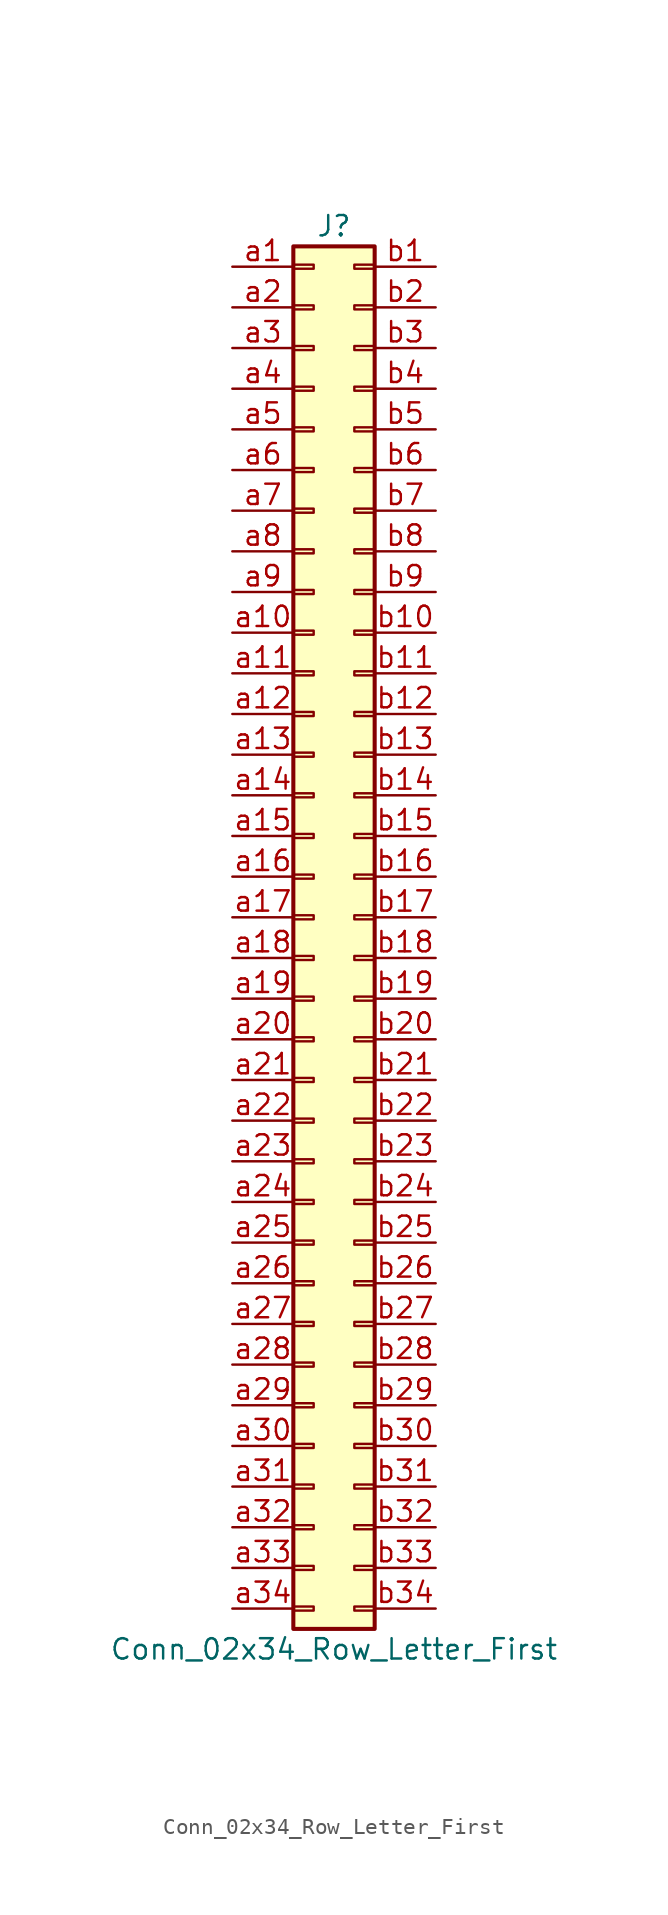
<source format=kicad_sym>
(kicad_symbol_lib
  (version 20201005)
  (generator kicad_symbol_editor)
  (symbol "Conn_02x34_Row_Letter_First"
    (pin_names
      (offset 1.016) hide)
    (property "Reference" "J"
      (at 1.27 43.18 0)
      (effects (font (size 1.27 1.27))))
    (property "Value" "Conn_02x34_Row_Letter_First"
      (at 1.27 -45.72 0)
      (effects (font (size 1.27 1.27))))
    (symbol "Conn_02x34_Row_Letter_First_1_1"
      (rectangle (start -1.27 -43.053) (end 0 -43.307) (stroke (width 0.152)) (fill (type none)))
      (rectangle (start -1.27 -40.513) (end 0 -40.767) (stroke (width 0.152)) (fill (type none)))
      (rectangle (start -1.27 -37.973) (end 0 -38.227) (stroke (width 0.152)) (fill (type none)))
      (rectangle (start -1.27 -35.433) (end 0 -35.687) (stroke (width 0.152)) (fill (type none)))
      (rectangle (start -1.27 -32.893) (end 0 -33.147) (stroke (width 0.152)) (fill (type none)))
      (rectangle (start -1.27 -30.353) (end 0 -30.607) (stroke (width 0.152)) (fill (type none)))
      (rectangle (start -1.27 -27.813) (end 0 -28.067) (stroke (width 0.152)) (fill (type none)))
      (rectangle (start -1.27 -25.273) (end 0 -25.527) (stroke (width 0.152)) (fill (type none)))
      (rectangle (start -1.27 -22.733) (end 0 -22.987) (stroke (width 0.152)) (fill (type none)))
      (rectangle (start -1.27 -20.193) (end 0 -20.447) (stroke (width 0.152)) (fill (type none)))
      (rectangle (start -1.27 -17.653) (end 0 -17.907) (stroke (width 0.152)) (fill (type none)))
      (rectangle (start -1.27 -15.113) (end 0 -15.367) (stroke (width 0.152)) (fill (type none)))
      (rectangle (start -1.27 -12.573) (end 0 -12.827) (stroke (width 0.152)) (fill (type none)))
      (rectangle (start -1.27 -10.033) (end 0 -10.287) (stroke (width 0.152)) (fill (type none)))
      (rectangle (start -1.27 -7.493) (end 0 -7.747) (stroke (width 0.152)) (fill (type none)))
      (rectangle (start -1.27 -4.953) (end 0 -5.207) (stroke (width 0.152)) (fill (type none)))
      (rectangle (start -1.27 -2.413) (end 0 -2.667) (stroke (width 0.152)) (fill (type none)))
      (rectangle (start -1.27 0.127) (end 0 -0.127) (stroke (width 0.152)) (fill (type none)))
      (rectangle (start -1.27 2.667) (end 0 2.413) (stroke (width 0.152)) (fill (type none)))
      (rectangle (start -1.27 5.207) (end 0 4.953) (stroke (width 0.152)) (fill (type none)))
      (rectangle (start -1.27 7.747) (end 0 7.493) (stroke (width 0.152)) (fill (type none)))
      (rectangle (start -1.27 10.287) (end 0 10.033) (stroke (width 0.152)) (fill (type none)))
      (rectangle (start -1.27 12.827) (end 0 12.573) (stroke (width 0.152)) (fill (type none)))
      (rectangle (start -1.27 15.367) (end 0 15.113) (stroke (width 0.152)) (fill (type none)))
      (rectangle (start -1.27 17.907) (end 0 17.653) (stroke (width 0.152)) (fill (type none)))
      (rectangle (start -1.27 20.447) (end 0 20.193) (stroke (width 0.152)) (fill (type none)))
      (rectangle (start -1.27 22.987) (end 0 22.733) (stroke (width 0.152)) (fill (type none)))
      (rectangle (start -1.27 25.527) (end 0 25.273) (stroke (width 0.152)) (fill (type none)))
      (rectangle (start -1.27 28.067) (end 0 27.813) (stroke (width 0.152)) (fill (type none)))
      (rectangle (start -1.27 30.607) (end 0 30.353) (stroke (width 0.152)) (fill (type none)))
      (rectangle (start -1.27 33.147) (end 0 32.893) (stroke (width 0.152)) (fill (type none)))
      (rectangle (start -1.27 35.687) (end 0 35.433) (stroke (width 0.152)) (fill (type none)))
      (rectangle (start -1.27 38.227) (end 0 37.973) (stroke (width 0.152)) (fill (type none)))
      (rectangle (start -1.27 40.767) (end 0 40.513) (stroke (width 0.152)) (fill (type none)))
      (rectangle (start 3.81 -43.053) (end 2.54 -43.307) (stroke (width 0.152)) (fill (type none)))
      (rectangle (start 3.81 -40.513) (end 2.54 -40.767) (stroke (width 0.152)) (fill (type none)))
      (rectangle (start 3.81 -37.973) (end 2.54 -38.227) (stroke (width 0.152)) (fill (type none)))
      (rectangle (start 3.81 -35.433) (end 2.54 -35.687) (stroke (width 0.152)) (fill (type none)))
      (rectangle (start 3.81 -32.893) (end 2.54 -33.147) (stroke (width 0.152)) (fill (type none)))
      (rectangle (start 3.81 -30.353) (end 2.54 -30.607) (stroke (width 0.152)) (fill (type none)))
      (rectangle (start 3.81 -27.813) (end 2.54 -28.067) (stroke (width 0.152)) (fill (type none)))
      (rectangle (start 3.81 -25.273) (end 2.54 -25.527) (stroke (width 0.152)) (fill (type none)))
      (rectangle (start 3.81 -22.733) (end 2.54 -22.987) (stroke (width 0.152)) (fill (type none)))
      (rectangle (start 3.81 -20.193) (end 2.54 -20.447) (stroke (width 0.152)) (fill (type none)))
      (rectangle (start 3.81 -17.653) (end 2.54 -17.907) (stroke (width 0.152)) (fill (type none)))
      (rectangle (start 3.81 -15.113) (end 2.54 -15.367) (stroke (width 0.152)) (fill (type none)))
      (rectangle (start 3.81 -12.573) (end 2.54 -12.827) (stroke (width 0.152)) (fill (type none)))
      (rectangle (start 3.81 -10.033) (end 2.54 -10.287) (stroke (width 0.152)) (fill (type none)))
      (rectangle (start 3.81 -7.493) (end 2.54 -7.747) (stroke (width 0.152)) (fill (type none)))
      (rectangle (start 3.81 -4.953) (end 2.54 -5.207) (stroke (width 0.152)) (fill (type none)))
      (rectangle (start 3.81 -2.413) (end 2.54 -2.667) (stroke (width 0.152)) (fill (type none)))
      (rectangle (start 3.81 0.127) (end 2.54 -0.127) (stroke (width 0.152)) (fill (type none)))
      (rectangle (start 3.81 2.667) (end 2.54 2.413) (stroke (width 0.152)) (fill (type none)))
      (rectangle (start 3.81 5.207) (end 2.54 4.953) (stroke (width 0.152)) (fill (type none)))
      (rectangle (start 3.81 7.747) (end 2.54 7.493) (stroke (width 0.152)) (fill (type none)))
      (rectangle (start 3.81 10.287) (end 2.54 10.033) (stroke (width 0.152)) (fill (type none)))
      (rectangle (start 3.81 12.827) (end 2.54 12.573) (stroke (width 0.152)) (fill (type none)))
      (rectangle (start 3.81 15.367) (end 2.54 15.113) (stroke (width 0.152)) (fill (type none)))
      (rectangle (start 3.81 17.907) (end 2.54 17.653) (stroke (width 0.152)) (fill (type none)))
      (rectangle (start 3.81 20.447) (end 2.54 20.193) (stroke (width 0.152)) (fill (type none)))
      (rectangle (start 3.81 22.987) (end 2.54 22.733) (stroke (width 0.152)) (fill (type none)))
      (rectangle (start 3.81 25.527) (end 2.54 25.273) (stroke (width 0.152)) (fill (type none)))
      (rectangle (start 3.81 28.067) (end 2.54 27.813) (stroke (width 0.152)) (fill (type none)))
      (rectangle (start 3.81 30.607) (end 2.54 30.353) (stroke (width 0.152)) (fill (type none)))
      (rectangle (start 3.81 33.147) (end 2.54 32.893) (stroke (width 0.152)) (fill (type none)))
      (rectangle (start 3.81 35.687) (end 2.54 35.433) (stroke (width 0.152)) (fill (type none)))
      (rectangle (start 3.81 38.227) (end 2.54 37.973) (stroke (width 0.152)) (fill (type none)))
      (rectangle (start 3.81 40.767) (end 2.54 40.513) (stroke (width 0.152)) (fill (type none)))
      (rectangle (start -1.27 41.91) (end 3.81 -44.45) (stroke (width 0.254)) (fill (type background)))
      (pin passive line (at -5.08 40.64 0) (length 3.81) (name "Pin_a1" (effects (font (size 1.27 1.27)))) (number "a1" (effects (font (size 1.27 1.27)))))
      (pin passive line (at -5.08 17.78 0) (length 3.81) (name "Pin_a10" (effects (font (size 1.27 1.27)))) (number "a10" (effects (font (size 1.27 1.27)))))
      (pin passive line (at -5.08 15.24 0) (length 3.81) (name "Pin_a11" (effects (font (size 1.27 1.27)))) (number "a11" (effects (font (size 1.27 1.27)))))
      (pin passive line (at -5.08 12.7 0) (length 3.81) (name "Pin_a12" (effects (font (size 1.27 1.27)))) (number "a12" (effects (font (size 1.27 1.27)))))
      (pin passive line (at -5.08 10.16 0) (length 3.81) (name "Pin_a13" (effects (font (size 1.27 1.27)))) (number "a13" (effects (font (size 1.27 1.27)))))
      (pin passive line (at -5.08 7.62 0) (length 3.81) (name "Pin_a14" (effects (font (size 1.27 1.27)))) (number "a14" (effects (font (size 1.27 1.27)))))
      (pin passive line (at -5.08 5.08 0) (length 3.81) (name "Pin_a15" (effects (font (size 1.27 1.27)))) (number "a15" (effects (font (size 1.27 1.27)))))
      (pin passive line (at -5.08 2.54 0) (length 3.81) (name "Pin_a16" (effects (font (size 1.27 1.27)))) (number "a16" (effects (font (size 1.27 1.27)))))
      (pin passive line (at -5.08 0 0) (length 3.81) (name "Pin_a17" (effects (font (size 1.27 1.27)))) (number "a17" (effects (font (size 1.27 1.27)))))
      (pin passive line (at -5.08 -2.54 0) (length 3.81) (name "Pin_a18" (effects (font (size 1.27 1.27)))) (number "a18" (effects (font (size 1.27 1.27)))))
      (pin passive line (at -5.08 -5.08 0) (length 3.81) (name "Pin_a19" (effects (font (size 1.27 1.27)))) (number "a19" (effects (font (size 1.27 1.27)))))
      (pin passive line (at -5.08 38.1 0) (length 3.81) (name "Pin_a2" (effects (font (size 1.27 1.27)))) (number "a2" (effects (font (size 1.27 1.27)))))
      (pin passive line (at -5.08 -7.62 0) (length 3.81) (name "Pin_a20" (effects (font (size 1.27 1.27)))) (number "a20" (effects (font (size 1.27 1.27)))))
      (pin passive line (at -5.08 -10.16 0) (length 3.81) (name "Pin_a21" (effects (font (size 1.27 1.27)))) (number "a21" (effects (font (size 1.27 1.27)))))
      (pin passive line (at -5.08 -12.7 0) (length 3.81) (name "Pin_a22" (effects (font (size 1.27 1.27)))) (number "a22" (effects (font (size 1.27 1.27)))))
      (pin passive line (at -5.08 -15.24 0) (length 3.81) (name "Pin_a23" (effects (font (size 1.27 1.27)))) (number "a23" (effects (font (size 1.27 1.27)))))
      (pin passive line (at -5.08 -17.78 0) (length 3.81) (name "Pin_a24" (effects (font (size 1.27 1.27)))) (number "a24" (effects (font (size 1.27 1.27)))))
      (pin passive line (at -5.08 -20.32 0) (length 3.81) (name "Pin_a25" (effects (font (size 1.27 1.27)))) (number "a25" (effects (font (size 1.27 1.27)))))
      (pin passive line (at -5.08 -22.86 0) (length 3.81) (name "Pin_a26" (effects (font (size 1.27 1.27)))) (number "a26" (effects (font (size 1.27 1.27)))))
      (pin passive line (at -5.08 -25.4 0) (length 3.81) (name "Pin_a27" (effects (font (size 1.27 1.27)))) (number "a27" (effects (font (size 1.27 1.27)))))
      (pin passive line (at -5.08 -27.94 0) (length 3.81) (name "Pin_a28" (effects (font (size 1.27 1.27)))) (number "a28" (effects (font (size 1.27 1.27)))))
      (pin passive line (at -5.08 -30.48 0) (length 3.81) (name "Pin_a29" (effects (font (size 1.27 1.27)))) (number "a29" (effects (font (size 1.27 1.27)))))
      (pin passive line (at -5.08 35.56 0) (length 3.81) (name "Pin_a3" (effects (font (size 1.27 1.27)))) (number "a3" (effects (font (size 1.27 1.27)))))
      (pin passive line (at -5.08 -33.02 0) (length 3.81) (name "Pin_a30" (effects (font (size 1.27 1.27)))) (number "a30" (effects (font (size 1.27 1.27)))))
      (pin passive line (at -5.08 -35.56 0) (length 3.81) (name "Pin_a31" (effects (font (size 1.27 1.27)))) (number "a31" (effects (font (size 1.27 1.27)))))
      (pin passive line (at -5.08 -38.1 0) (length 3.81) (name "Pin_a32" (effects (font (size 1.27 1.27)))) (number "a32" (effects (font (size 1.27 1.27)))))
      (pin passive line (at -5.08 -40.64 0) (length 3.81) (name "Pin_a33" (effects (font (size 1.27 1.27)))) (number "a33" (effects (font (size 1.27 1.27)))))
      (pin passive line (at -5.08 -43.18 0) (length 3.81) (name "Pin_a34" (effects (font (size 1.27 1.27)))) (number "a34" (effects (font (size 1.27 1.27)))))
      (pin passive line (at -5.08 33.02 0) (length 3.81) (name "Pin_a4" (effects (font (size 1.27 1.27)))) (number "a4" (effects (font (size 1.27 1.27)))))
      (pin passive line (at -5.08 30.48 0) (length 3.81) (name "Pin_a5" (effects (font (size 1.27 1.27)))) (number "a5" (effects (font (size 1.27 1.27)))))
      (pin passive line (at -5.08 27.94 0) (length 3.81) (name "Pin_a6" (effects (font (size 1.27 1.27)))) (number "a6" (effects (font (size 1.27 1.27)))))
      (pin passive line (at -5.08 25.4 0) (length 3.81) (name "Pin_a7" (effects (font (size 1.27 1.27)))) (number "a7" (effects (font (size 1.27 1.27)))))
      (pin passive line (at -5.08 22.86 0) (length 3.81) (name "Pin_a8" (effects (font (size 1.27 1.27)))) (number "a8" (effects (font (size 1.27 1.27)))))
      (pin passive line (at -5.08 20.32 0) (length 3.81) (name "Pin_a9" (effects (font (size 1.27 1.27)))) (number "a9" (effects (font (size 1.27 1.27)))))
      (pin passive line (at 7.62 40.64 180) (length 3.81) (name "Pin_b1" (effects (font (size 1.27 1.27)))) (number "b1" (effects (font (size 1.27 1.27)))))
      (pin passive line (at 7.62 17.78 180) (length 3.81) (name "Pin_b10" (effects (font (size 1.27 1.27)))) (number "b10" (effects (font (size 1.27 1.27)))))
      (pin passive line (at 7.62 15.24 180) (length 3.81) (name "Pin_b11" (effects (font (size 1.27 1.27)))) (number "b11" (effects (font (size 1.27 1.27)))))
      (pin passive line (at 7.62 12.7 180) (length 3.81) (name "Pin_b12" (effects (font (size 1.27 1.27)))) (number "b12" (effects (font (size 1.27 1.27)))))
      (pin passive line (at 7.62 10.16 180) (length 3.81) (name "Pin_b13" (effects (font (size 1.27 1.27)))) (number "b13" (effects (font (size 1.27 1.27)))))
      (pin passive line (at 7.62 7.62 180) (length 3.81) (name "Pin_b14" (effects (font (size 1.27 1.27)))) (number "b14" (effects (font (size 1.27 1.27)))))
      (pin passive line (at 7.62 5.08 180) (length 3.81) (name "Pin_b15" (effects (font (size 1.27 1.27)))) (number "b15" (effects (font (size 1.27 1.27)))))
      (pin passive line (at 7.62 2.54 180) (length 3.81) (name "Pin_b16" (effects (font (size 1.27 1.27)))) (number "b16" (effects (font (size 1.27 1.27)))))
      (pin passive line (at 7.62 0 180) (length 3.81) (name "Pin_b17" (effects (font (size 1.27 1.27)))) (number "b17" (effects (font (size 1.27 1.27)))))
      (pin passive line (at 7.62 -2.54 180) (length 3.81) (name "Pin_b18" (effects (font (size 1.27 1.27)))) (number "b18" (effects (font (size 1.27 1.27)))))
      (pin passive line (at 7.62 -5.08 180) (length 3.81) (name "Pin_b19" (effects (font (size 1.27 1.27)))) (number "b19" (effects (font (size 1.27 1.27)))))
      (pin passive line (at 7.62 38.1 180) (length 3.81) (name "Pin_b2" (effects (font (size 1.27 1.27)))) (number "b2" (effects (font (size 1.27 1.27)))))
      (pin passive line (at 7.62 -7.62 180) (length 3.81) (name "Pin_b20" (effects (font (size 1.27 1.27)))) (number "b20" (effects (font (size 1.27 1.27)))))
      (pin passive line (at 7.62 -10.16 180) (length 3.81) (name "Pin_b21" (effects (font (size 1.27 1.27)))) (number "b21" (effects (font (size 1.27 1.27)))))
      (pin passive line (at 7.62 -12.7 180) (length 3.81) (name "Pin_b22" (effects (font (size 1.27 1.27)))) (number "b22" (effects (font (size 1.27 1.27)))))
      (pin passive line (at 7.62 -15.24 180) (length 3.81) (name "Pin_b23" (effects (font (size 1.27 1.27)))) (number "b23" (effects (font (size 1.27 1.27)))))
      (pin passive line (at 7.62 -17.78 180) (length 3.81) (name "Pin_b24" (effects (font (size 1.27 1.27)))) (number "b24" (effects (font (size 1.27 1.27)))))
      (pin passive line (at 7.62 -20.32 180) (length 3.81) (name "Pin_b25" (effects (font (size 1.27 1.27)))) (number "b25" (effects (font (size 1.27 1.27)))))
      (pin passive line (at 7.62 -22.86 180) (length 3.81) (name "Pin_b26" (effects (font (size 1.27 1.27)))) (number "b26" (effects (font (size 1.27 1.27)))))
      (pin passive line (at 7.62 -25.4 180) (length 3.81) (name "Pin_b27" (effects (font (size 1.27 1.27)))) (number "b27" (effects (font (size 1.27 1.27)))))
      (pin passive line (at 7.62 -27.94 180) (length 3.81) (name "Pin_b28" (effects (font (size 1.27 1.27)))) (number "b28" (effects (font (size 1.27 1.27)))))
      (pin passive line (at 7.62 -30.48 180) (length 3.81) (name "Pin_b29" (effects (font (size 1.27 1.27)))) (number "b29" (effects (font (size 1.27 1.27)))))
      (pin passive line (at 7.62 35.56 180) (length 3.81) (name "Pin_b3" (effects (font (size 1.27 1.27)))) (number "b3" (effects (font (size 1.27 1.27)))))
      (pin passive line (at 7.62 -33.02 180) (length 3.81) (name "Pin_b30" (effects (font (size 1.27 1.27)))) (number "b30" (effects (font (size 1.27 1.27)))))
      (pin passive line (at 7.62 -35.56 180) (length 3.81) (name "Pin_b31" (effects (font (size 1.27 1.27)))) (number "b31" (effects (font (size 1.27 1.27)))))
      (pin passive line (at 7.62 -38.1 180) (length 3.81) (name "Pin_b32" (effects (font (size 1.27 1.27)))) (number "b32" (effects (font (size 1.27 1.27)))))
      (pin passive line (at 7.62 -40.64 180) (length 3.81) (name "Pin_b33" (effects (font (size 1.27 1.27)))) (number "b33" (effects (font (size 1.27 1.27)))))
      (pin passive line (at 7.62 -43.18 180) (length 3.81) (name "Pin_b34" (effects (font (size 1.27 1.27)))) (number "b34" (effects (font (size 1.27 1.27)))))
      (pin passive line (at 7.62 33.02 180) (length 3.81) (name "Pin_b4" (effects (font (size 1.27 1.27)))) (number "b4" (effects (font (size 1.27 1.27)))))
      (pin passive line (at 7.62 30.48 180) (length 3.81) (name "Pin_b5" (effects (font (size 1.27 1.27)))) (number "b5" (effects (font (size 1.27 1.27)))))
      (pin passive line (at 7.62 27.94 180) (length 3.81) (name "Pin_b6" (effects (font (size 1.27 1.27)))) (number "b6" (effects (font (size 1.27 1.27)))))
      (pin passive line (at 7.62 25.4 180) (length 3.81) (name "Pin_b7" (effects (font (size 1.27 1.27)))) (number "b7" (effects (font (size 1.27 1.27)))))
      (pin passive line (at 7.62 22.86 180) (length 3.81) (name "Pin_b8" (effects (font (size 1.27 1.27)))) (number "b8" (effects (font (size 1.27 1.27)))))
      (pin passive line (at 7.62 20.32 180) (length 3.81) (name "Pin_b9" (effects (font (size 1.27 1.27)))) (number "b9" (effects (font (size 1.27 1.27))))))))
</source>
